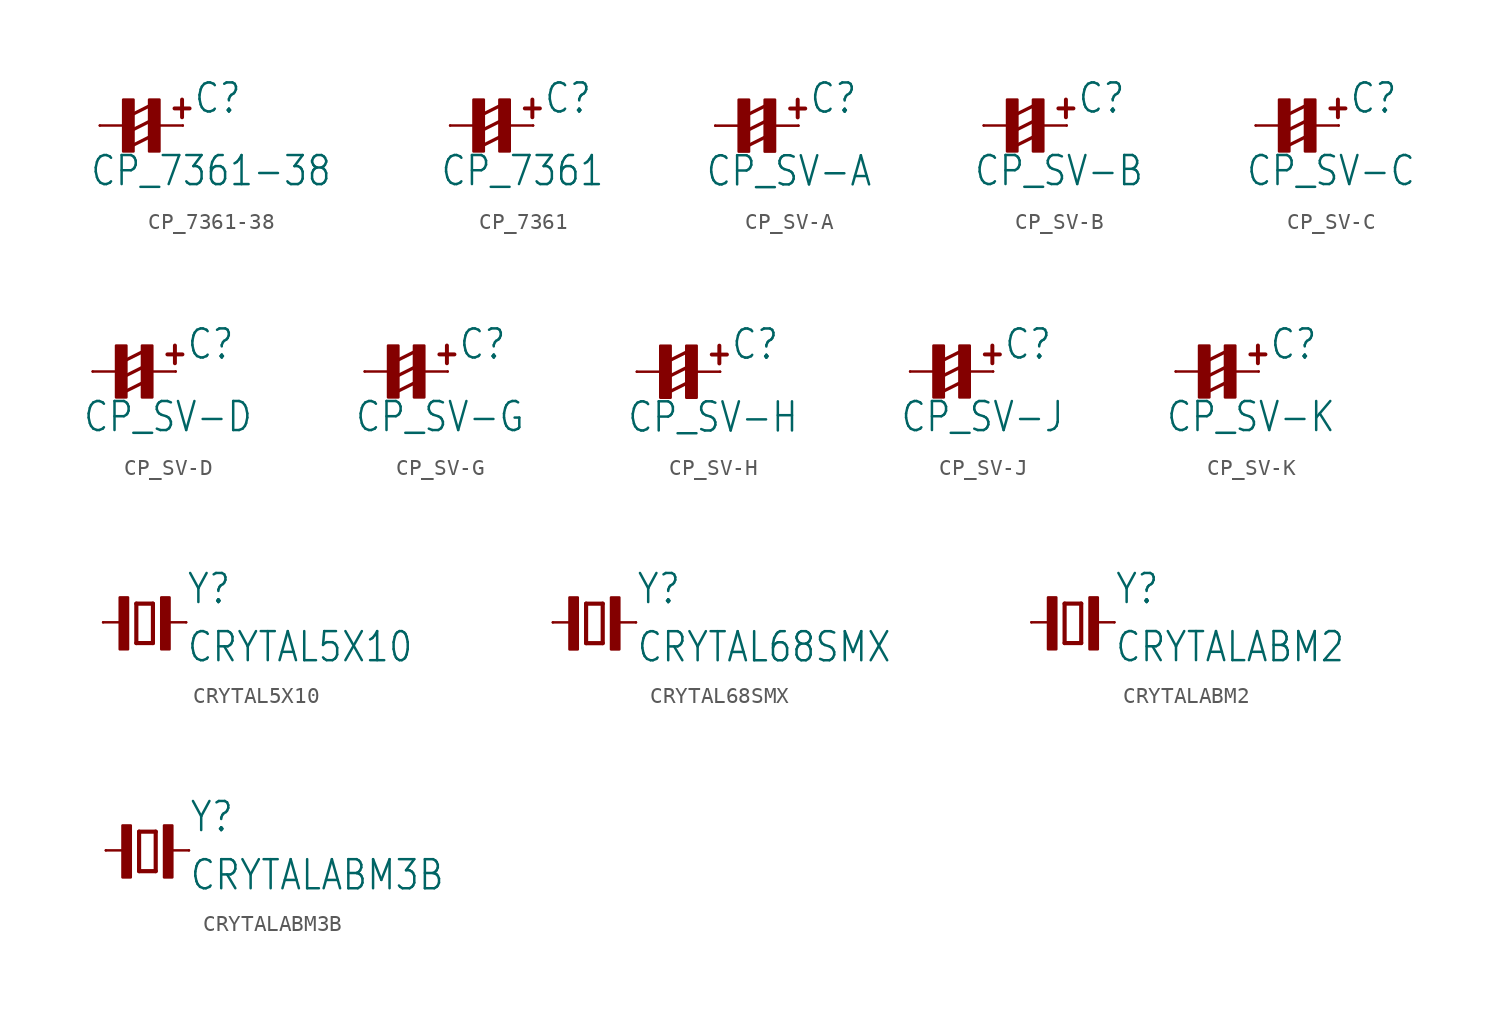
<source format=kicad_sym>
(kicad_symbol_lib
  (version 20211014)
  (generator kicad_symbol_editor)
  (symbol "CP_7361-38"
    (property "Reference" "C"
      (at 3.175 0.635 0)
      (effects (font (size 1.778 1.511)) (justify left bottom)))
    (property "Value" "CP_7361-38"
      (at -3.175 -3.81 0)
      (effects (font (size 1.778 1.511)) (justify left bottom)))
    (property "ki_locked" ""
      (at 0 0 0)
      (effects (font (size 1.27 1.27))))
    (symbol "CP_7361-38_1_0"
      (rectangle (start -1.111 -1.587) (end -0.476 1.587) (stroke (width 0) (type default) (color 0 0 0 0)) (fill (type outline)))
      (polyline (pts (xy -0.857 0) (xy -2.54 0)) (stroke (width 0.152) (type default) (color 0 0 0 0)) (fill (type none)))
      (polyline (pts (xy -0.635 -1.27) (xy 0.635 -0.635)) (stroke (width 0.203) (type default) (color 0 0 0 0)) (fill (type none)))
      (polyline (pts (xy -0.635 -0.318) (xy 0.635 0.318)) (stroke (width 0.203) (type default) (color 0 0 0 0)) (fill (type none)))
      (polyline (pts (xy -0.635 0.635) (xy 0.635 1.27)) (stroke (width 0.203) (type default) (color 0 0 0 0)) (fill (type none)))
      (polyline (pts (xy 0.794 0) (xy 2.54 0)) (stroke (width 0.152) (type default) (color 0 0 0 0)) (fill (type none)))
      (rectangle (start 0.476 -1.587) (end 1.111 1.587) (stroke (width 0) (type default) (color 0 0 0 0)) (fill (type outline)))
      (text "+" (at 1.587 0.318 0) (effects (font (size 1.422 1.209) (thickness 0.242) bold) (justify left bottom)))
      (pin passive line (at 2.54 0 180) (length 0) (name "+" (effects (font (size 0 0)))) (number "+" (effects (font (size 0 0)))))
      (pin passive line (at -2.54 0 0) (length 0) (name "-" (effects (font (size 0 0)))) (number "-" (effects (font (size 0 0)))))))
  (symbol "CP_7361"
    (property "Reference" "C"
      (at 3.175 0.635 0)
      (effects (font (size 1.778 1.511)) (justify left bottom)))
    (property "Value" "CP_7361"
      (at -3.175 -3.81 0)
      (effects (font (size 1.778 1.511)) (justify left bottom)))
    (property "ki_locked" ""
      (at 0 0 0)
      (effects (font (size 1.27 1.27))))
    (symbol "CP_7361_1_0"
      (rectangle (start -1.111 -1.587) (end -0.476 1.587) (stroke (width 0) (type default) (color 0 0 0 0)) (fill (type outline)))
      (polyline (pts (xy -0.857 0) (xy -2.54 0)) (stroke (width 0.152) (type default) (color 0 0 0 0)) (fill (type none)))
      (polyline (pts (xy -0.635 -1.27) (xy 0.635 -0.635)) (stroke (width 0.203) (type default) (color 0 0 0 0)) (fill (type none)))
      (polyline (pts (xy -0.635 -0.318) (xy 0.635 0.318)) (stroke (width 0.203) (type default) (color 0 0 0 0)) (fill (type none)))
      (polyline (pts (xy -0.635 0.635) (xy 0.635 1.27)) (stroke (width 0.203) (type default) (color 0 0 0 0)) (fill (type none)))
      (polyline (pts (xy 0.794 0) (xy 2.54 0)) (stroke (width 0.152) (type default) (color 0 0 0 0)) (fill (type none)))
      (rectangle (start 0.476 -1.587) (end 1.111 1.587) (stroke (width 0) (type default) (color 0 0 0 0)) (fill (type outline)))
      (text "+" (at 1.587 0.318 0) (effects (font (size 1.422 1.209) (thickness 0.242) bold) (justify left bottom)))
      (pin passive line (at 2.54 0 180) (length 0) (name "+" (effects (font (size 0 0)))) (number "+" (effects (font (size 0 0)))))
      (pin passive line (at -2.54 0 0) (length 0) (name "-" (effects (font (size 0 0)))) (number "-" (effects (font (size 0 0)))))))
  (symbol "CP_SV-A"
    (property "Reference" "C"
      (at 3.175 0.635 0)
      (effects (font (size 1.778 1.511)) (justify left bottom)))
    (property "Value" "CP_SV-A"
      (at -3.175 -3.81 0)
      (effects (font (size 1.778 1.511)) (justify left bottom)))
    (property "ki_locked" ""
      (at 0 0 0)
      (effects (font (size 1.27 1.27))))
    (symbol "CP_SV-A_1_0"
      (rectangle (start -1.111 -1.587) (end -0.476 1.587) (stroke (width 0) (type default) (color 0 0 0 0)) (fill (type outline)))
      (polyline (pts (xy -0.857 0) (xy -2.54 0)) (stroke (width 0.152) (type default) (color 0 0 0 0)) (fill (type none)))
      (polyline (pts (xy -0.635 -1.27) (xy 0.635 -0.635)) (stroke (width 0.203) (type default) (color 0 0 0 0)) (fill (type none)))
      (polyline (pts (xy -0.635 -0.318) (xy 0.635 0.318)) (stroke (width 0.203) (type default) (color 0 0 0 0)) (fill (type none)))
      (polyline (pts (xy -0.635 0.635) (xy 0.635 1.27)) (stroke (width 0.203) (type default) (color 0 0 0 0)) (fill (type none)))
      (polyline (pts (xy 0.794 0) (xy 2.54 0)) (stroke (width 0.152) (type default) (color 0 0 0 0)) (fill (type none)))
      (rectangle (start 0.476 -1.587) (end 1.111 1.587) (stroke (width 0) (type default) (color 0 0 0 0)) (fill (type outline)))
      (text "+" (at 1.587 0.318 0) (effects (font (size 1.422 1.209) (thickness 0.242) bold) (justify left bottom)))
      (pin passive line (at 2.54 0 180) (length 0) (name "+" (effects (font (size 0 0)))) (number "+" (effects (font (size 0 0)))))
      (pin passive line (at -2.54 0 0) (length 0) (name "-" (effects (font (size 0 0)))) (number "-" (effects (font (size 0 0)))))))
  (symbol "CP_SV-B"
    (property "Reference" "C"
      (at 3.175 0.635 0)
      (effects (font (size 1.778 1.511)) (justify left bottom)))
    (property "Value" "CP_SV-B"
      (at -3.175 -3.81 0)
      (effects (font (size 1.778 1.511)) (justify left bottom)))
    (property "ki_locked" ""
      (at 0 0 0)
      (effects (font (size 1.27 1.27))))
    (symbol "CP_SV-B_1_0"
      (rectangle (start -1.111 -1.587) (end -0.476 1.587) (stroke (width 0) (type default) (color 0 0 0 0)) (fill (type outline)))
      (polyline (pts (xy -0.857 0) (xy -2.54 0)) (stroke (width 0.152) (type default) (color 0 0 0 0)) (fill (type none)))
      (polyline (pts (xy -0.635 -1.27) (xy 0.635 -0.635)) (stroke (width 0.203) (type default) (color 0 0 0 0)) (fill (type none)))
      (polyline (pts (xy -0.635 -0.318) (xy 0.635 0.318)) (stroke (width 0.203) (type default) (color 0 0 0 0)) (fill (type none)))
      (polyline (pts (xy -0.635 0.635) (xy 0.635 1.27)) (stroke (width 0.203) (type default) (color 0 0 0 0)) (fill (type none)))
      (polyline (pts (xy 0.794 0) (xy 2.54 0)) (stroke (width 0.152) (type default) (color 0 0 0 0)) (fill (type none)))
      (rectangle (start 0.476 -1.587) (end 1.111 1.587) (stroke (width 0) (type default) (color 0 0 0 0)) (fill (type outline)))
      (text "+" (at 1.587 0.318 0) (effects (font (size 1.422 1.209) (thickness 0.242) bold) (justify left bottom)))
      (pin passive line (at 2.54 0 180) (length 0) (name "+" (effects (font (size 0 0)))) (number "+" (effects (font (size 0 0)))))
      (pin passive line (at -2.54 0 0) (length 0) (name "-" (effects (font (size 0 0)))) (number "-" (effects (font (size 0 0)))))))
  (symbol "CP_SV-C"
    (property "Reference" "C"
      (at 3.175 0.635 0)
      (effects (font (size 1.778 1.511)) (justify left bottom)))
    (property "Value" "CP_SV-C"
      (at -3.175 -3.81 0)
      (effects (font (size 1.778 1.511)) (justify left bottom)))
    (property "ki_locked" ""
      (at 0 0 0)
      (effects (font (size 1.27 1.27))))
    (symbol "CP_SV-C_1_0"
      (rectangle (start -1.111 -1.587) (end -0.476 1.587) (stroke (width 0) (type default) (color 0 0 0 0)) (fill (type outline)))
      (polyline (pts (xy -0.857 0) (xy -2.54 0)) (stroke (width 0.152) (type default) (color 0 0 0 0)) (fill (type none)))
      (polyline (pts (xy -0.635 -1.27) (xy 0.635 -0.635)) (stroke (width 0.203) (type default) (color 0 0 0 0)) (fill (type none)))
      (polyline (pts (xy -0.635 -0.318) (xy 0.635 0.318)) (stroke (width 0.203) (type default) (color 0 0 0 0)) (fill (type none)))
      (polyline (pts (xy -0.635 0.635) (xy 0.635 1.27)) (stroke (width 0.203) (type default) (color 0 0 0 0)) (fill (type none)))
      (polyline (pts (xy 0.794 0) (xy 2.54 0)) (stroke (width 0.152) (type default) (color 0 0 0 0)) (fill (type none)))
      (rectangle (start 0.476 -1.587) (end 1.111 1.587) (stroke (width 0) (type default) (color 0 0 0 0)) (fill (type outline)))
      (text "+" (at 1.587 0.318 0) (effects (font (size 1.422 1.209) (thickness 0.242) bold) (justify left bottom)))
      (pin passive line (at 2.54 0 180) (length 0) (name "+" (effects (font (size 0 0)))) (number "+" (effects (font (size 0 0)))))
      (pin passive line (at -2.54 0 0) (length 0) (name "-" (effects (font (size 0 0)))) (number "-" (effects (font (size 0 0)))))))
  (symbol "CP_SV-D"
    (property "Reference" "C"
      (at 3.175 0.635 0)
      (effects (font (size 1.778 1.511)) (justify left bottom)))
    (property "Value" "CP_SV-D"
      (at -3.175 -3.81 0)
      (effects (font (size 1.778 1.511)) (justify left bottom)))
    (property "ki_locked" ""
      (at 0 0 0)
      (effects (font (size 1.27 1.27))))
    (symbol "CP_SV-D_1_0"
      (rectangle (start -1.111 -1.587) (end -0.476 1.587) (stroke (width 0) (type default) (color 0 0 0 0)) (fill (type outline)))
      (polyline (pts (xy -0.857 0) (xy -2.54 0)) (stroke (width 0.152) (type default) (color 0 0 0 0)) (fill (type none)))
      (polyline (pts (xy -0.635 -1.27) (xy 0.635 -0.635)) (stroke (width 0.203) (type default) (color 0 0 0 0)) (fill (type none)))
      (polyline (pts (xy -0.635 -0.318) (xy 0.635 0.318)) (stroke (width 0.203) (type default) (color 0 0 0 0)) (fill (type none)))
      (polyline (pts (xy -0.635 0.635) (xy 0.635 1.27)) (stroke (width 0.203) (type default) (color 0 0 0 0)) (fill (type none)))
      (polyline (pts (xy 0.794 0) (xy 2.54 0)) (stroke (width 0.152) (type default) (color 0 0 0 0)) (fill (type none)))
      (rectangle (start 0.476 -1.587) (end 1.111 1.587) (stroke (width 0) (type default) (color 0 0 0 0)) (fill (type outline)))
      (text "+" (at 1.587 0.318 0) (effects (font (size 1.422 1.209) (thickness 0.242) bold) (justify left bottom)))
      (pin passive line (at 2.54 0 180) (length 0) (name "+" (effects (font (size 0 0)))) (number "+" (effects (font (size 0 0)))))
      (pin passive line (at -2.54 0 0) (length 0) (name "-" (effects (font (size 0 0)))) (number "-" (effects (font (size 0 0)))))))
  (symbol "CP_SV-G"
    (property "Reference" "C"
      (at 3.175 0.635 0)
      (effects (font (size 1.778 1.511)) (justify left bottom)))
    (property "Value" "CP_SV-G"
      (at -3.175 -3.81 0)
      (effects (font (size 1.778 1.511)) (justify left bottom)))
    (property "ki_locked" ""
      (at 0 0 0)
      (effects (font (size 1.27 1.27))))
    (symbol "CP_SV-G_1_0"
      (rectangle (start -1.111 -1.587) (end -0.476 1.587) (stroke (width 0) (type default) (color 0 0 0 0)) (fill (type outline)))
      (polyline (pts (xy -0.857 0) (xy -2.54 0)) (stroke (width 0.152) (type default) (color 0 0 0 0)) (fill (type none)))
      (polyline (pts (xy -0.635 -1.27) (xy 0.635 -0.635)) (stroke (width 0.203) (type default) (color 0 0 0 0)) (fill (type none)))
      (polyline (pts (xy -0.635 -0.318) (xy 0.635 0.318)) (stroke (width 0.203) (type default) (color 0 0 0 0)) (fill (type none)))
      (polyline (pts (xy -0.635 0.635) (xy 0.635 1.27)) (stroke (width 0.203) (type default) (color 0 0 0 0)) (fill (type none)))
      (polyline (pts (xy 0.794 0) (xy 2.54 0)) (stroke (width 0.152) (type default) (color 0 0 0 0)) (fill (type none)))
      (rectangle (start 0.476 -1.587) (end 1.111 1.587) (stroke (width 0) (type default) (color 0 0 0 0)) (fill (type outline)))
      (text "+" (at 1.587 0.318 0) (effects (font (size 1.422 1.209) (thickness 0.242) bold) (justify left bottom)))
      (pin passive line (at 2.54 0 180) (length 0) (name "+" (effects (font (size 0 0)))) (number "+" (effects (font (size 0 0)))))
      (pin passive line (at -2.54 0 0) (length 0) (name "-" (effects (font (size 0 0)))) (number "-" (effects (font (size 0 0)))))))
  (symbol "CP_SV-H"
    (property "Reference" "C"
      (at 3.175 0.635 0)
      (effects (font (size 1.778 1.511)) (justify left bottom)))
    (property "Value" "CP_SV-H"
      (at -3.175 -3.81 0)
      (effects (font (size 1.778 1.511)) (justify left bottom)))
    (property "ki_locked" ""
      (at 0 0 0)
      (effects (font (size 1.27 1.27))))
    (symbol "CP_SV-H_1_0"
      (rectangle (start -1.111 -1.587) (end -0.476 1.587) (stroke (width 0) (type default) (color 0 0 0 0)) (fill (type outline)))
      (polyline (pts (xy -0.857 0) (xy -2.54 0)) (stroke (width 0.152) (type default) (color 0 0 0 0)) (fill (type none)))
      (polyline (pts (xy -0.635 -1.27) (xy 0.635 -0.635)) (stroke (width 0.203) (type default) (color 0 0 0 0)) (fill (type none)))
      (polyline (pts (xy -0.635 -0.318) (xy 0.635 0.318)) (stroke (width 0.203) (type default) (color 0 0 0 0)) (fill (type none)))
      (polyline (pts (xy -0.635 0.635) (xy 0.635 1.27)) (stroke (width 0.203) (type default) (color 0 0 0 0)) (fill (type none)))
      (polyline (pts (xy 0.794 0) (xy 2.54 0)) (stroke (width 0.152) (type default) (color 0 0 0 0)) (fill (type none)))
      (rectangle (start 0.476 -1.587) (end 1.111 1.587) (stroke (width 0) (type default) (color 0 0 0 0)) (fill (type outline)))
      (text "+" (at 1.587 0.318 0) (effects (font (size 1.422 1.209) (thickness 0.242) bold) (justify left bottom)))
      (pin passive line (at 2.54 0 180) (length 0) (name "+" (effects (font (size 0 0)))) (number "+" (effects (font (size 0 0)))))
      (pin passive line (at -2.54 0 0) (length 0) (name "-" (effects (font (size 0 0)))) (number "-" (effects (font (size 0 0)))))))
  (symbol "CP_SV-J"
    (property "Reference" "C"
      (at 3.175 0.635 0)
      (effects (font (size 1.778 1.511)) (justify left bottom)))
    (property "Value" "CP_SV-J"
      (at -3.175 -3.81 0)
      (effects (font (size 1.778 1.511)) (justify left bottom)))
    (property "ki_locked" ""
      (at 0 0 0)
      (effects (font (size 1.27 1.27))))
    (symbol "CP_SV-J_1_0"
      (rectangle (start -1.111 -1.587) (end -0.476 1.587) (stroke (width 0) (type default) (color 0 0 0 0)) (fill (type outline)))
      (polyline (pts (xy -0.857 0) (xy -2.54 0)) (stroke (width 0.152) (type default) (color 0 0 0 0)) (fill (type none)))
      (polyline (pts (xy -0.635 -1.27) (xy 0.635 -0.635)) (stroke (width 0.203) (type default) (color 0 0 0 0)) (fill (type none)))
      (polyline (pts (xy -0.635 -0.318) (xy 0.635 0.318)) (stroke (width 0.203) (type default) (color 0 0 0 0)) (fill (type none)))
      (polyline (pts (xy -0.635 0.635) (xy 0.635 1.27)) (stroke (width 0.203) (type default) (color 0 0 0 0)) (fill (type none)))
      (polyline (pts (xy 0.794 0) (xy 2.54 0)) (stroke (width 0.152) (type default) (color 0 0 0 0)) (fill (type none)))
      (rectangle (start 0.476 -1.587) (end 1.111 1.587) (stroke (width 0) (type default) (color 0 0 0 0)) (fill (type outline)))
      (text "+" (at 1.587 0.318 0) (effects (font (size 1.422 1.209) (thickness 0.242) bold) (justify left bottom)))
      (pin passive line (at 2.54 0 180) (length 0) (name "+" (effects (font (size 0 0)))) (number "+" (effects (font (size 0 0)))))
      (pin passive line (at -2.54 0 0) (length 0) (name "-" (effects (font (size 0 0)))) (number "-" (effects (font (size 0 0)))))))
  (symbol "CP_SV-K"
    (property "Reference" "C"
      (at 3.175 0.635 0)
      (effects (font (size 1.778 1.511)) (justify left bottom)))
    (property "Value" "CP_SV-K"
      (at -3.175 -3.81 0)
      (effects (font (size 1.778 1.511)) (justify left bottom)))
    (property "ki_locked" ""
      (at 0 0 0)
      (effects (font (size 1.27 1.27))))
    (symbol "CP_SV-K_1_0"
      (rectangle (start -1.111 -1.587) (end -0.476 1.587) (stroke (width 0) (type default) (color 0 0 0 0)) (fill (type outline)))
      (polyline (pts (xy -0.857 0) (xy -2.54 0)) (stroke (width 0.152) (type default) (color 0 0 0 0)) (fill (type none)))
      (polyline (pts (xy -0.635 -1.27) (xy 0.635 -0.635)) (stroke (width 0.203) (type default) (color 0 0 0 0)) (fill (type none)))
      (polyline (pts (xy -0.635 -0.318) (xy 0.635 0.318)) (stroke (width 0.203) (type default) (color 0 0 0 0)) (fill (type none)))
      (polyline (pts (xy -0.635 0.635) (xy 0.635 1.27)) (stroke (width 0.203) (type default) (color 0 0 0 0)) (fill (type none)))
      (polyline (pts (xy 0.794 0) (xy 2.54 0)) (stroke (width 0.152) (type default) (color 0 0 0 0)) (fill (type none)))
      (rectangle (start 0.476 -1.587) (end 1.111 1.587) (stroke (width 0) (type default) (color 0 0 0 0)) (fill (type outline)))
      (text "+" (at 1.587 0.318 0) (effects (font (size 1.422 1.209) (thickness 0.242) bold) (justify left bottom)))
      (pin passive line (at 2.54 0 180) (length 0) (name "+" (effects (font (size 0 0)))) (number "+" (effects (font (size 0 0)))))
      (pin passive line (at -2.54 0 0) (length 0) (name "-" (effects (font (size 0 0)))) (number "-" (effects (font (size 0 0)))))))
  (symbol "CRYTAL5X10"
    (property "Reference" "Y"
      (at 2.54 1.016 0)
      (effects (font (size 1.778 1.511)) (justify left bottom)))
    (property "Value" "CRYTAL5X10"
      (at 2.54 -2.54 0)
      (effects (font (size 1.778 1.511)) (justify left bottom)))
    (property "ki_locked" ""
      (at 0 0 0)
      (effects (font (size 1.27 1.27))))
    (symbol "CRYTAL5X10_1_0"
      (rectangle (start -1.524 -1.651) (end -1.016 1.524) (stroke (width 0) (type default) (color 0 0 0 0)) (fill (type outline)))
      (polyline (pts (xy -2.54 0) (xy -1.143 0)) (stroke (width 0.152) (type default) (color 0 0 0 0)) (fill (type none)))
      (polyline (pts (xy -0.508 -1.27) (xy 0.508 -1.27)) (stroke (width 0.254) (type default) (color 0 0 0 0)) (fill (type none)))
      (polyline (pts (xy -0.508 1.143) (xy -0.508 -1.27)) (stroke (width 0.254) (type default) (color 0 0 0 0)) (fill (type none)))
      (polyline (pts (xy 0.508 -1.27) (xy 0.508 1.143)) (stroke (width 0.254) (type default) (color 0 0 0 0)) (fill (type none)))
      (polyline (pts (xy 0.508 1.143) (xy -0.508 1.143)) (stroke (width 0.254) (type default) (color 0 0 0 0)) (fill (type none)))
      (polyline (pts (xy 1.143 0) (xy 2.54 0)) (stroke (width 0.152) (type default) (color 0 0 0 0)) (fill (type none)))
      (rectangle (start 1.016 -1.651) (end 1.524 1.524) (stroke (width 0) (type default) (color 0 0 0 0)) (fill (type outline)))
      (pin passive line (at -2.54 0 0) (length 0) (name "1" (effects (font (size 0 0)))) (number "1" (effects (font (size 0 0)))))
      (pin passive line (at 2.54 0 180) (length 0) (name "2" (effects (font (size 0 0)))) (number "2" (effects (font (size 0 0)))))))
  (symbol "CRYTAL68SMX"
    (property "Reference" "Y"
      (at 2.54 1.016 0)
      (effects (font (size 1.778 1.511)) (justify left bottom)))
    (property "Value" "CRYTAL68SMX"
      (at 2.54 -2.54 0)
      (effects (font (size 1.778 1.511)) (justify left bottom)))
    (property "ki_locked" ""
      (at 0 0 0)
      (effects (font (size 1.27 1.27))))
    (symbol "CRYTAL68SMX_1_0"
      (rectangle (start -1.524 -1.651) (end -1.016 1.524) (stroke (width 0) (type default) (color 0 0 0 0)) (fill (type outline)))
      (polyline (pts (xy -2.54 0) (xy -1.143 0)) (stroke (width 0.152) (type default) (color 0 0 0 0)) (fill (type none)))
      (polyline (pts (xy -0.508 -1.27) (xy 0.508 -1.27)) (stroke (width 0.254) (type default) (color 0 0 0 0)) (fill (type none)))
      (polyline (pts (xy -0.508 1.143) (xy -0.508 -1.27)) (stroke (width 0.254) (type default) (color 0 0 0 0)) (fill (type none)))
      (polyline (pts (xy 0.508 -1.27) (xy 0.508 1.143)) (stroke (width 0.254) (type default) (color 0 0 0 0)) (fill (type none)))
      (polyline (pts (xy 0.508 1.143) (xy -0.508 1.143)) (stroke (width 0.254) (type default) (color 0 0 0 0)) (fill (type none)))
      (polyline (pts (xy 1.143 0) (xy 2.54 0)) (stroke (width 0.152) (type default) (color 0 0 0 0)) (fill (type none)))
      (rectangle (start 1.016 -1.651) (end 1.524 1.524) (stroke (width 0) (type default) (color 0 0 0 0)) (fill (type outline)))
      (pin passive line (at -2.54 0 0) (length 0) (name "1" (effects (font (size 0 0)))) (number "1" (effects (font (size 0 0)))))
      (pin passive line (at 2.54 0 180) (length 0) (name "2" (effects (font (size 0 0)))) (number "4" (effects (font (size 0 0)))))))
  (symbol "CRYTALABM2"
    (property "Reference" "Y"
      (at 2.54 1.016 0)
      (effects (font (size 1.778 1.511)) (justify left bottom)))
    (property "Value" "CRYTALABM2"
      (at 2.54 -2.54 0)
      (effects (font (size 1.778 1.511)) (justify left bottom)))
    (property "ki_locked" ""
      (at 0 0 0)
      (effects (font (size 1.27 1.27))))
    (symbol "CRYTALABM2_1_0"
      (rectangle (start -1.524 -1.651) (end -1.016 1.524) (stroke (width 0) (type default) (color 0 0 0 0)) (fill (type outline)))
      (polyline (pts (xy -2.54 0) (xy -1.143 0)) (stroke (width 0.152) (type default) (color 0 0 0 0)) (fill (type none)))
      (polyline (pts (xy -0.508 -1.27) (xy 0.508 -1.27)) (stroke (width 0.254) (type default) (color 0 0 0 0)) (fill (type none)))
      (polyline (pts (xy -0.508 1.143) (xy -0.508 -1.27)) (stroke (width 0.254) (type default) (color 0 0 0 0)) (fill (type none)))
      (polyline (pts (xy 0.508 -1.27) (xy 0.508 1.143)) (stroke (width 0.254) (type default) (color 0 0 0 0)) (fill (type none)))
      (polyline (pts (xy 0.508 1.143) (xy -0.508 1.143)) (stroke (width 0.254) (type default) (color 0 0 0 0)) (fill (type none)))
      (polyline (pts (xy 1.143 0) (xy 2.54 0)) (stroke (width 0.152) (type default) (color 0 0 0 0)) (fill (type none)))
      (rectangle (start 1.016 -1.651) (end 1.524 1.524) (stroke (width 0) (type default) (color 0 0 0 0)) (fill (type outline)))
      (pin passive line (at -2.54 0 0) (length 0) (name "1" (effects (font (size 0 0)))) (number "1" (effects (font (size 0 0)))))
      (pin passive line (at 2.54 0 180) (length 0) (name "2" (effects (font (size 0 0)))) (number "2" (effects (font (size 0 0)))))))
  (symbol "CRYTALABM3B"
    (property "Reference" "Y"
      (at 2.54 1.016 0)
      (effects (font (size 1.778 1.511)) (justify left bottom)))
    (property "Value" "CRYTALABM3B"
      (at 2.54 -2.54 0)
      (effects (font (size 1.778 1.511)) (justify left bottom)))
    (property "ki_locked" ""
      (at 0 0 0)
      (effects (font (size 1.27 1.27))))
    (symbol "CRYTALABM3B_1_0"
      (rectangle (start -1.524 -1.651) (end -1.016 1.524) (stroke (width 0) (type default) (color 0 0 0 0)) (fill (type outline)))
      (polyline (pts (xy -2.54 0) (xy -1.143 0)) (stroke (width 0.152) (type default) (color 0 0 0 0)) (fill (type none)))
      (polyline (pts (xy -0.508 -1.27) (xy 0.508 -1.27)) (stroke (width 0.254) (type default) (color 0 0 0 0)) (fill (type none)))
      (polyline (pts (xy -0.508 1.143) (xy -0.508 -1.27)) (stroke (width 0.254) (type default) (color 0 0 0 0)) (fill (type none)))
      (polyline (pts (xy 0.508 -1.27) (xy 0.508 1.143)) (stroke (width 0.254) (type default) (color 0 0 0 0)) (fill (type none)))
      (polyline (pts (xy 0.508 1.143) (xy -0.508 1.143)) (stroke (width 0.254) (type default) (color 0 0 0 0)) (fill (type none)))
      (polyline (pts (xy 1.143 0) (xy 2.54 0)) (stroke (width 0.152) (type default) (color 0 0 0 0)) (fill (type none)))
      (rectangle (start 1.016 -1.651) (end 1.524 1.524) (stroke (width 0) (type default) (color 0 0 0 0)) (fill (type outline)))
      (pin passive line (at -2.54 0 0) (length 0) (name "1" (effects (font (size 0 0)))) (number "1" (effects (font (size 0 0)))))
      (pin passive line (at 2.54 0 180) (length 0) (name "2" (effects (font (size 0 0)))) (number "3" (effects (font (size 0 0))))))))
</source>
